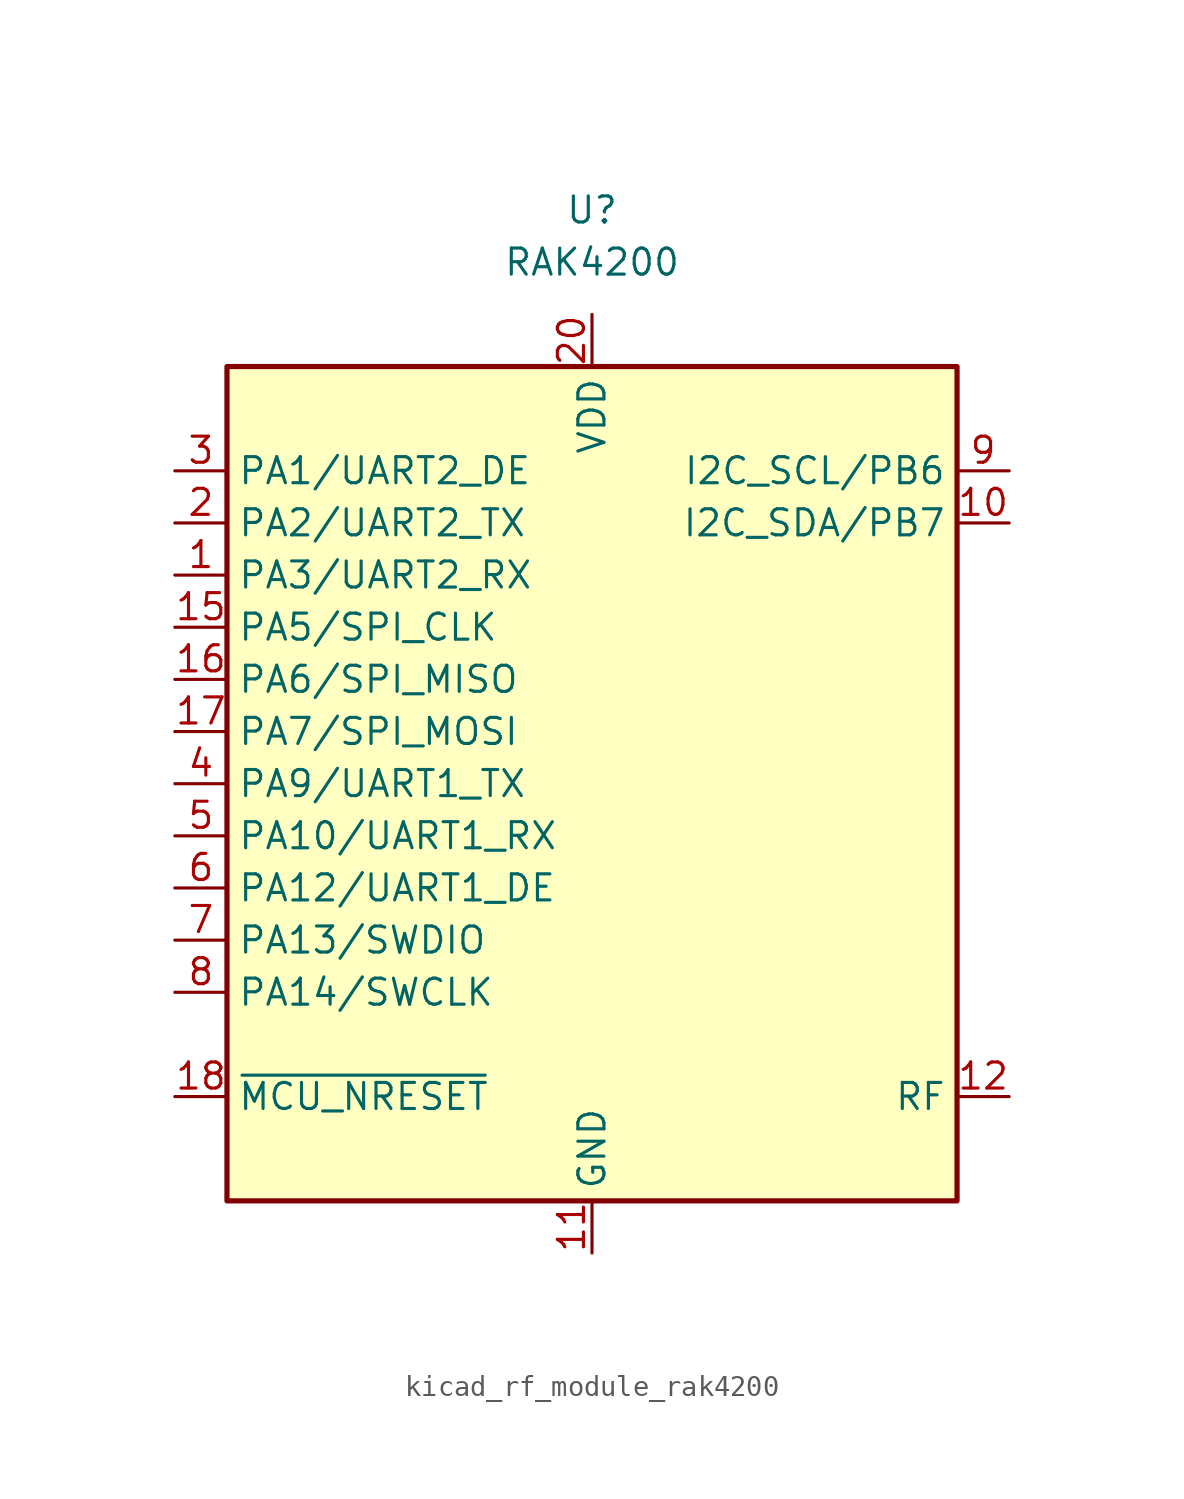
<source format=kicad_sym>
(kicad_symbol_lib
  (version 20220914)
  (generator kicad_symbol_editor)
  (symbol "kicad_rf_module_rak4200"
    (property "Reference" "U"
      (at 0 27.94 0)
      (effects (font (size 1.27 1.27))))
    (property "Value" "RAK4200"
      (at 0 25.4 0)
      (effects (font (size 1.27 1.27))))
    (symbol "kicad_rf_module_rak4200_0_1"
      (rectangle (start -17.78 20.32) (end 17.78 -20.32) (stroke (width 0.254) (type default)) (fill (type background))))
    (symbol "kicad_rf_module_rak4200_1_1"
      (pin bidirectional line (at -20.32 10.16 0) (length 2.54) (name "PA3/UART2_RX" (effects (font (size 1.27 1.27)))) (number "1" (effects (font (size 1.27 1.27)))))
      (pin bidirectional line (at 20.32 12.7 180) (length 2.54) (name "I2C_SDA/PB7" (effects (font (size 1.27 1.27)))) (number "10" (effects (font (size 1.27 1.27)))))
      (pin power_in line (at 0 -22.86 90) (length 2.54) (name "GND" (effects (font (size 1.27 1.27)))) (number "11" (effects (font (size 1.27 1.27)))))
      (pin passive line (at 20.32 -15.24 180) (length 2.54) (name "RF" (effects (font (size 1.27 1.27)))) (number "12" (effects (font (size 1.27 1.27)))))
      (pin passive line (at 0 -22.86 90) (length 2.54) hide (name "GND" (effects (font (size 1.27 1.27)))) (number "13" (effects (font (size 1.27 1.27)))))
      (pin passive line (at 0 -22.86 90) (length 2.54) hide (name "GND" (effects (font (size 1.27 1.27)))) (number "14" (effects (font (size 1.27 1.27)))))
      (pin bidirectional line (at -20.32 7.62 0) (length 2.54) (name "PA5/SPI_CLK" (effects (font (size 1.27 1.27)))) (number "15" (effects (font (size 1.27 1.27)))))
      (pin bidirectional line (at -20.32 5.08 0) (length 2.54) (name "PA6/SPI_MISO" (effects (font (size 1.27 1.27)))) (number "16" (effects (font (size 1.27 1.27)))))
      (pin bidirectional line (at -20.32 2.54 0) (length 2.54) (name "PA7/SPI_MOSI" (effects (font (size 1.27 1.27)))) (number "17" (effects (font (size 1.27 1.27)))))
      (pin bidirectional line (at -20.32 -15.24 0) (length 2.54) (name "~{MCU_NRESET}" (effects (font (size 1.27 1.27)))) (number "18" (effects (font (size 1.27 1.27)))))
      (pin passive line (at 0 -22.86 90) (length 2.54) hide (name "GND" (effects (font (size 1.27 1.27)))) (number "19" (effects (font (size 1.27 1.27)))))
      (pin bidirectional line (at -20.32 12.7 0) (length 2.54) (name "PA2/UART2_TX" (effects (font (size 1.27 1.27)))) (number "2" (effects (font (size 1.27 1.27)))))
      (pin power_in line (at 0 22.86 270) (length 2.54) (name "VDD" (effects (font (size 1.27 1.27)))) (number "20" (effects (font (size 1.27 1.27)))))
      (pin bidirectional line (at -20.32 15.24 0) (length 2.54) (name "PA1/UART2_DE" (effects (font (size 1.27 1.27)))) (number "3" (effects (font (size 1.27 1.27)))))
      (pin bidirectional line (at -20.32 0 0) (length 2.54) (name "PA9/UART1_TX" (effects (font (size 1.27 1.27)))) (number "4" (effects (font (size 1.27 1.27)))))
      (pin bidirectional line (at -20.32 -2.54 0) (length 2.54) (name "PA10/UART1_RX" (effects (font (size 1.27 1.27)))) (number "5" (effects (font (size 1.27 1.27)))))
      (pin bidirectional line (at -20.32 -5.08 0) (length 2.54) (name "PA12/UART1_DE" (effects (font (size 1.27 1.27)))) (number "6" (effects (font (size 1.27 1.27)))))
      (pin bidirectional line (at -20.32 -7.62 0) (length 2.54) (name "PA13/SWDIO" (effects (font (size 1.27 1.27)))) (number "7" (effects (font (size 1.27 1.27)))))
      (pin bidirectional line (at -20.32 -10.16 0) (length 2.54) (name "PA14/SWCLK" (effects (font (size 1.27 1.27)))) (number "8" (effects (font (size 1.27 1.27)))))
      (pin bidirectional line (at 20.32 15.24 180) (length 2.54) (name "I2C_SCL/PB6" (effects (font (size 1.27 1.27)))) (number "9" (effects (font (size 1.27 1.27))))))))
</source>
